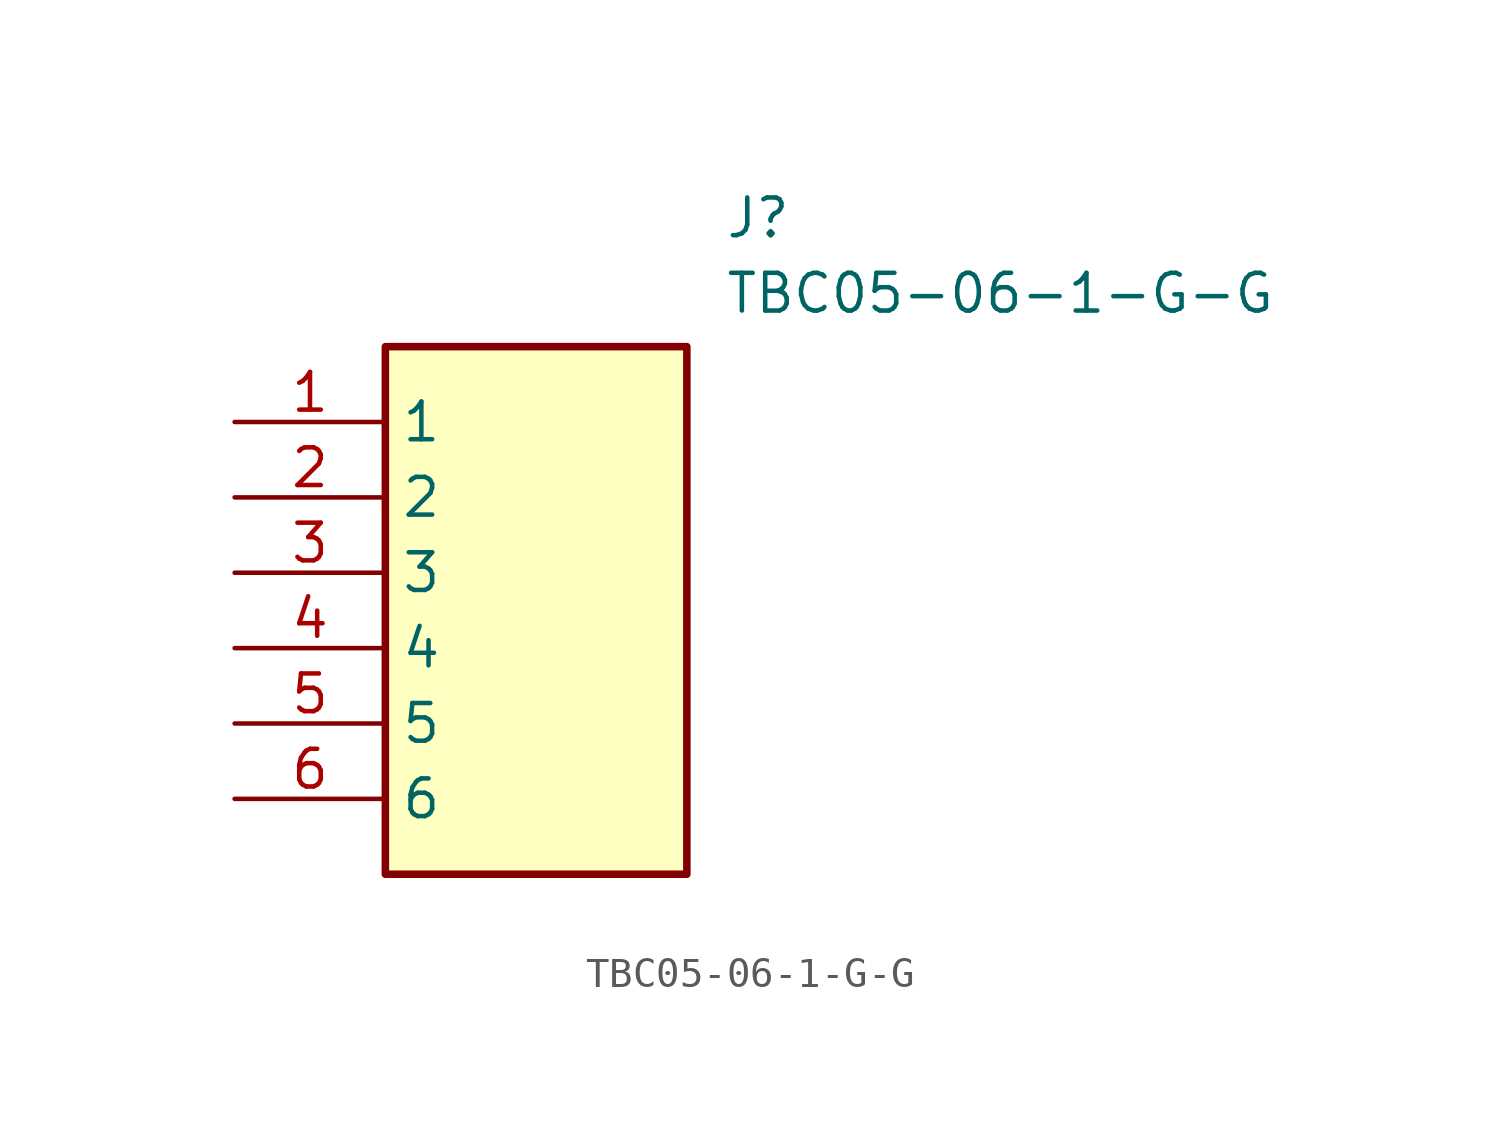
<source format=kicad_sym>
(kicad_symbol_lib
  (version 20211014)
  (generator SamacSys_ECAD_Model)
  (symbol "TBC05-06-1-G-G"
    (property "Reference" "J"
      (at 16.51 7.62 0)
      (effects (font (size 1.27 1.27)) (justify left top)))
    (property "Value" "TBC05-06-1-G-G"
      (at 16.51 5.08 0)
      (effects (font (size 1.27 1.27)) (justify left top)))
    (rectangle
      (start 5.08 2.54)
      (end 15.24 -15.24)
      (stroke (width 0.254) (type default))
      (fill (type background)))
    (pin passive line
      (at 0 0 0)
      (length 5.08)
      (name "1" (effects (font (size 1.27 1.27))))
      (number "1" (effects (font (size 1.27 1.27)))))
    (pin passive line
      (at 0 -2.54 0)
      (length 5.08)
      (name "2" (effects (font (size 1.27 1.27))))
      (number "2" (effects (font (size 1.27 1.27)))))
    (pin passive line
      (at 0 -5.08 0)
      (length 5.08)
      (name "3" (effects (font (size 1.27 1.27))))
      (number "3" (effects (font (size 1.27 1.27)))))
    (pin passive line
      (at 0 -7.62 0)
      (length 5.08)
      (name "4" (effects (font (size 1.27 1.27))))
      (number "4" (effects (font (size 1.27 1.27)))))
    (pin passive line
      (at 0 -10.16 0)
      (length 5.08)
      (name "5" (effects (font (size 1.27 1.27))))
      (number "5" (effects (font (size 1.27 1.27)))))
    (pin passive line
      (at 0 -12.7 0)
      (length 5.08)
      (name "6" (effects (font (size 1.27 1.27))))
      (number "6" (effects (font (size 1.27 1.27)))))))
</source>
